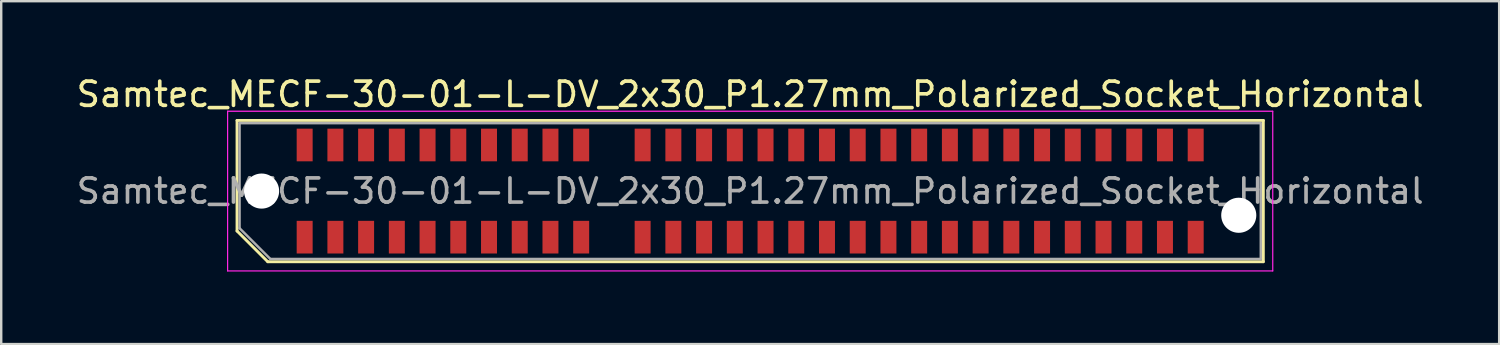
<source format=kicad_pcb>
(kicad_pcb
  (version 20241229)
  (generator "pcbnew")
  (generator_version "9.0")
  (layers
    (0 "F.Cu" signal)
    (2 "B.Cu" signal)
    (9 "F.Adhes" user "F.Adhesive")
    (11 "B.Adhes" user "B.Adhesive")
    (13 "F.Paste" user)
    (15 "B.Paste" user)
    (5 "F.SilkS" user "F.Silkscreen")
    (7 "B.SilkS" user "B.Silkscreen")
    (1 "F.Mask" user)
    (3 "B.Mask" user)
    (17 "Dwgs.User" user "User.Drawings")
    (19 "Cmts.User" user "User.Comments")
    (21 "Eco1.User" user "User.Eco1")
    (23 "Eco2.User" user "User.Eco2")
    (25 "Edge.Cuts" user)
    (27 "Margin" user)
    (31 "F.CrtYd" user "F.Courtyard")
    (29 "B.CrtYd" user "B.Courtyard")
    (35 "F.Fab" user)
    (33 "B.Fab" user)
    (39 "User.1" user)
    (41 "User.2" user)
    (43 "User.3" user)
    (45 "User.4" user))
  (footprint "Samtec_MECF-30-01-L-DV_2x30_P1.27mm_Polarized_Socket_Horizontal"
    (layer "F.Cu")
    (at 27.958 4.848)
    (property "Reference" "Samtec_MECF-30-01-L-DV_2x30_P1.27mm_Polarized_Socket_Horizontal" (at 0 -4 0) (layer "F.SilkS") (effects (font (size 1 1) (thickness 0.15))))
    (attr smd)
    (fp_line (start -21.21 -2.92) (end 21.21 -2.92) (stroke (width 0.12) (type solid)) (layer "F.SilkS"))
    (fp_line (start -21.21 1.65) (end -21.21 -2.92) (stroke (width 0.12) (type solid)) (layer "F.SilkS"))
    (fp_line (start -19.94 2.92) (end -21.21 1.65) (stroke (width 0.12) (type solid)) (layer "F.SilkS"))
    (fp_line (start -19.94 2.92) (end 21.21 2.92) (stroke (width 0.12) (type solid)) (layer "F.SilkS"))
    (fp_line (start 21.21 2.92) (end 21.21 -2.92) (stroke (width 0.12) (type solid)) (layer "F.SilkS"))
    (fp_line (start -21.6 -3.3) (end -21.6 3.3) (stroke (width 0.05) (type solid)) (layer "F.CrtYd"))
    (fp_line (start -21.6 3.3) (end 21.6 3.3) (stroke (width 0.05) (type solid)) (layer "F.CrtYd"))
    (fp_line (start 21.6 -3.3) (end -21.6 -3.3) (stroke (width 0.05) (type solid)) (layer "F.CrtYd"))
    (fp_line (start 21.6 3.3) (end 21.6 -3.3) (stroke (width 0.05) (type solid)) (layer "F.CrtYd"))
    (fp_line (start -21.105 -2.805) (end 21.105 -2.805) (stroke (width 0.1) (type solid)) (layer "F.Fab"))
    (fp_line (start -21.105 1.535) (end -21.105 -2.805) (stroke (width 0.1) (type solid)) (layer "F.Fab"))
    (fp_line (start -21.105 1.535) (end -19.835 2.805) (stroke (width 0.1) (type solid)) (layer "F.Fab"))
    (fp_line (start -19.835 2.805) (end 21.105 2.805) (stroke (width 0.1) (type solid)) (layer "F.Fab"))
    (fp_line (start 21.105 2.805) (end 21.105 -2.805) (stroke (width 0.1) (type solid)) (layer "F.Fab"))
    (fp_text user "${REFERENCE}" (at 0 0 0) (layer "F.Fab") (effects (font (size 1 1) (thickness 0.15))))
    (pad "" np_thru_hole circle (at -20.195 0) (size 1.45 1.45) (drill 1.45) (layers "*.Cu" "*.Mask"))
    (pad "" np_thru_hole circle (at 20.195 1) (size 1.45 1.45) (drill 1.45) (layers "*.Cu" "*.Mask"))
    (pad "1" smd rect (at -18.415 1.905) (size 0.66 1.35) (layers "F.Cu" "F.Mask" "F.Paste"))
    (pad "2" smd rect (at -18.415 -1.905) (size 0.66 1.35) (layers "F.Cu" "F.Mask" "F.Paste"))
    (pad "3" smd rect (at -17.145 1.905) (size 0.66 1.35) (layers "F.Cu" "F.Mask" "F.Paste"))
    (pad "4" smd rect (at -17.145 -1.905) (size 0.66 1.35) (layers "F.Cu" "F.Mask" "F.Paste"))
    (pad "5" smd rect (at -15.875 1.905) (size 0.66 1.35) (layers "F.Cu" "F.Mask" "F.Paste"))
    (pad "6" smd rect (at -15.875 -1.905) (size 0.66 1.35) (layers "F.Cu" "F.Mask" "F.Paste"))
    (pad "7" smd rect (at -14.605 1.905) (size 0.66 1.35) (layers "F.Cu" "F.Mask" "F.Paste"))
    (pad "8" smd rect (at -14.605 -1.905) (size 0.66 1.35) (layers "F.Cu" "F.Mask" "F.Paste"))
    (pad "9" smd rect (at -13.335 1.905) (size 0.66 1.35) (layers "F.Cu" "F.Mask" "F.Paste"))
    (pad "10" smd rect (at -13.335 -1.905) (size 0.66 1.35) (layers "F.Cu" "F.Mask" "F.Paste"))
    (pad "11" smd rect (at -12.065 1.905) (size 0.66 1.35) (layers "F.Cu" "F.Mask" "F.Paste"))
    (pad "12" smd rect (at -12.065 -1.905) (size 0.66 1.35) (layers "F.Cu" "F.Mask" "F.Paste"))
    (pad "13" smd rect (at -10.795 1.905) (size 0.66 1.35) (layers "F.Cu" "F.Mask" "F.Paste"))
    (pad "14" smd rect (at -10.795 -1.905) (size 0.66 1.35) (layers "F.Cu" "F.Mask" "F.Paste"))
    (pad "15" smd rect (at -9.525 1.905) (size 0.66 1.35) (layers "F.Cu" "F.Mask" "F.Paste"))
    (pad "16" smd rect (at -9.525 -1.905) (size 0.66 1.35) (layers "F.Cu" "F.Mask" "F.Paste"))
    (pad "17" smd rect (at -8.255 1.905) (size 0.66 1.35) (layers "F.Cu" "F.Mask" "F.Paste"))
    (pad "18" smd rect (at -8.255 -1.905) (size 0.66 1.35) (layers "F.Cu" "F.Mask" "F.Paste"))
    (pad "19" smd rect (at -6.985 1.905) (size 0.66 1.35) (layers "F.Cu" "F.Mask" "F.Paste"))
    (pad "20" smd rect (at -6.985 -1.905) (size 0.66 1.35) (layers "F.Cu" "F.Mask" "F.Paste"))
    (pad "23" smd rect (at -4.445 1.905) (size 0.66 1.35) (layers "F.Cu" "F.Mask" "F.Paste"))
    (pad "24" smd rect (at -4.445 -1.905) (size 0.66 1.35) (layers "F.Cu" "F.Mask" "F.Paste"))
    (pad "25" smd rect (at -3.175 1.905) (size 0.66 1.35) (layers "F.Cu" "F.Mask" "F.Paste"))
    (pad "26" smd rect (at -3.175 -1.905) (size 0.66 1.35) (layers "F.Cu" "F.Mask" "F.Paste"))
    (pad "27" smd rect (at -1.905 1.905) (size 0.66 1.35) (layers "F.Cu" "F.Mask" "F.Paste"))
    (pad "28" smd rect (at -1.905 -1.905) (size 0.66 1.35) (layers "F.Cu" "F.Mask" "F.Paste"))
    (pad "29" smd rect (at -0.635 1.905) (size 0.66 1.35) (layers "F.Cu" "F.Mask" "F.Paste"))
    (pad "30" smd rect (at -0.635 -1.905) (size 0.66 1.35) (layers "F.Cu" "F.Mask" "F.Paste"))
    (pad "31" smd rect (at 0.635 1.905) (size 0.66 1.35) (layers "F.Cu" "F.Mask" "F.Paste"))
    (pad "32" smd rect (at 0.635 -1.905) (size 0.66 1.35) (layers "F.Cu" "F.Mask" "F.Paste"))
    (pad "33" smd rect (at 1.905 1.905) (size 0.66 1.35) (layers "F.Cu" "F.Mask" "F.Paste"))
    (pad "34" smd rect (at 1.905 -1.905) (size 0.66 1.35) (layers "F.Cu" "F.Mask" "F.Paste"))
    (pad "35" smd rect (at 3.175 1.905) (size 0.66 1.35) (layers "F.Cu" "F.Mask" "F.Paste"))
    (pad "36" smd rect (at 3.175 -1.905) (size 0.66 1.35) (layers "F.Cu" "F.Mask" "F.Paste"))
    (pad "37" smd rect (at 4.445 1.905) (size 0.66 1.35) (layers "F.Cu" "F.Mask" "F.Paste"))
    (pad "38" smd rect (at 4.445 -1.905) (size 0.66 1.35) (layers "F.Cu" "F.Mask" "F.Paste"))
    (pad "39" smd rect (at 5.715 1.905) (size 0.66 1.35) (layers "F.Cu" "F.Mask" "F.Paste"))
    (pad "40" smd rect (at 5.715 -1.905) (size 0.66 1.35) (layers "F.Cu" "F.Mask" "F.Paste"))
    (pad "41" smd rect (at 6.985 1.905) (size 0.66 1.35) (layers "F.Cu" "F.Mask" "F.Paste"))
    (pad "42" smd rect (at 6.985 -1.905) (size 0.66 1.35) (layers "F.Cu" "F.Mask" "F.Paste"))
    (pad "43" smd rect (at 8.255 1.905) (size 0.66 1.35) (layers "F.Cu" "F.Mask" "F.Paste"))
    (pad "44" smd rect (at 8.255 -1.905) (size 0.66 1.35) (layers "F.Cu" "F.Mask" "F.Paste"))
    (pad "45" smd rect (at 9.525 1.905) (size 0.66 1.35) (layers "F.Cu" "F.Mask" "F.Paste"))
    (pad "46" smd rect (at 9.525 -1.905) (size 0.66 1.35) (layers "F.Cu" "F.Mask" "F.Paste"))
    (pad "47" smd rect (at 10.795 1.905) (size 0.66 1.35) (layers "F.Cu" "F.Mask" "F.Paste"))
    (pad "48" smd rect (at 10.795 -1.905) (size 0.66 1.35) (layers "F.Cu" "F.Mask" "F.Paste"))
    (pad "49" smd rect (at 12.065 1.905) (size 0.66 1.35) (layers "F.Cu" "F.Mask" "F.Paste"))
    (pad "50" smd rect (at 12.065 -1.905) (size 0.66 1.35) (layers "F.Cu" "F.Mask" "F.Paste"))
    (pad "51" smd rect (at 13.335 1.905) (size 0.66 1.35) (layers "F.Cu" "F.Mask" "F.Paste"))
    (pad "52" smd rect (at 13.335 -1.905) (size 0.66 1.35) (layers "F.Cu" "F.Mask" "F.Paste"))
    (pad "53" smd rect (at 14.605 1.905) (size 0.66 1.35) (layers "F.Cu" "F.Mask" "F.Paste"))
    (pad "54" smd rect (at 14.605 -1.905) (size 0.66 1.35) (layers "F.Cu" "F.Mask" "F.Paste"))
    (pad "55" smd rect (at 15.875 1.905) (size 0.66 1.35) (layers "F.Cu" "F.Mask" "F.Paste"))
    (pad "56" smd rect (at 15.875 -1.905) (size 0.66 1.35) (layers "F.Cu" "F.Mask" "F.Paste"))
    (pad "57" smd rect (at 17.145 1.905) (size 0.66 1.35) (layers "F.Cu" "F.Mask" "F.Paste"))
    (pad "58" smd rect (at 17.145 -1.905) (size 0.66 1.35) (layers "F.Cu" "F.Mask" "F.Paste"))
    (pad "59" smd rect (at 18.415 1.905) (size 0.66 1.35) (layers "F.Cu" "F.Mask" "F.Paste"))
    (pad "60" smd rect (at 18.415 -1.905) (size 0.66 1.35) (layers "F.Cu" "F.Mask" "F.Paste")))
  (gr_rect
    (start -3 -3)
    (end 58.917 11.173)
    (stroke (width 0.1) (type default))
    (fill no)
    (layer "Edge.Cuts")))
</source>
